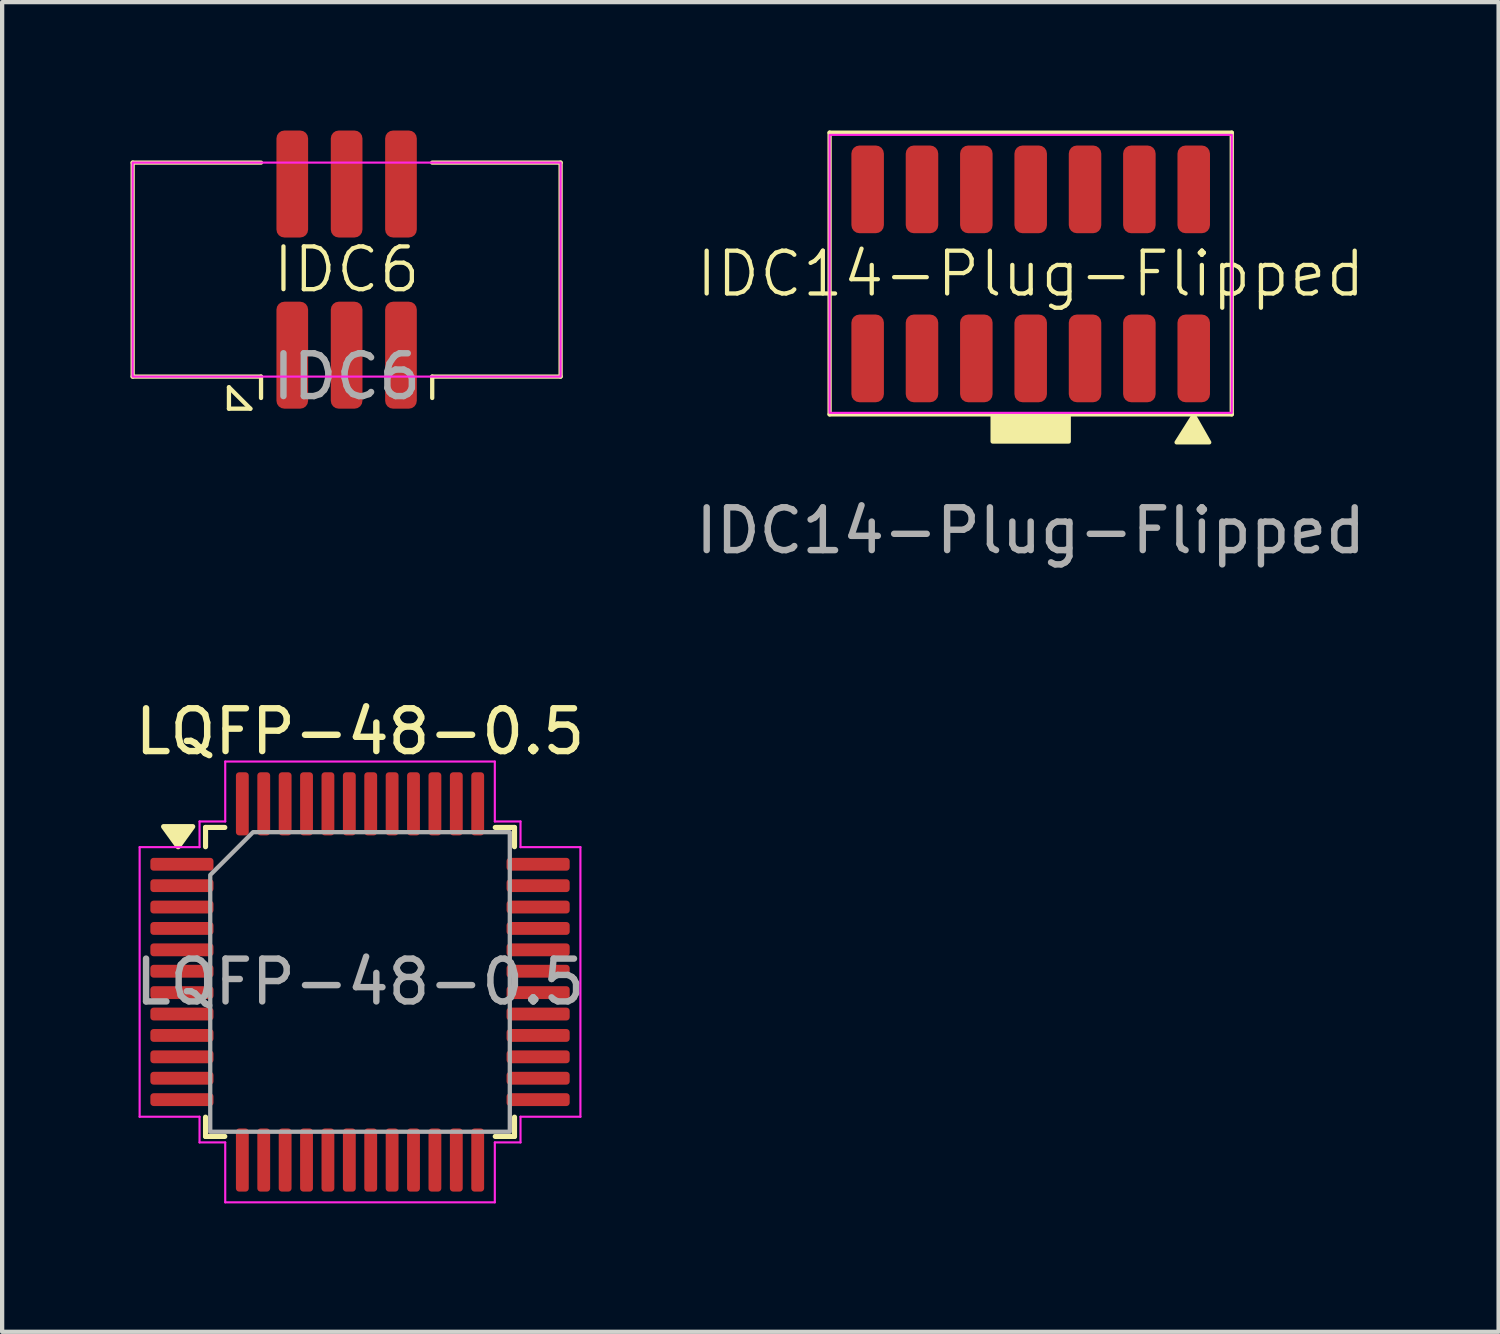
<source format=kicad_pcb>
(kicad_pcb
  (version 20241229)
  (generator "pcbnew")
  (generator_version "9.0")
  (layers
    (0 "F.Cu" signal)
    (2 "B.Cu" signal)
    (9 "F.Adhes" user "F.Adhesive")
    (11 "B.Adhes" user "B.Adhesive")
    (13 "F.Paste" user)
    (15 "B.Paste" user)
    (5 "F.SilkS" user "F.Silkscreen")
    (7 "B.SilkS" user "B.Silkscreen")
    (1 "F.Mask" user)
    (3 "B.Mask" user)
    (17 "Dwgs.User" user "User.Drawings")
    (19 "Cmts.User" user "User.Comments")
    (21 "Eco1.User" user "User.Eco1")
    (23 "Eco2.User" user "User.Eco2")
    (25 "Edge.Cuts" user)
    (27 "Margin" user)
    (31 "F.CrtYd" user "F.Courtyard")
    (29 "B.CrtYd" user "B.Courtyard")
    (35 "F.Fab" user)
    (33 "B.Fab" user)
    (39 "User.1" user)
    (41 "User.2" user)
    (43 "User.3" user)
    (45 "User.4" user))
  (footprint "IDC6"
    (layer "F.Cu")
    (at 5.05 3.25)
    (property "Reference" "IDC6" (at 0 0 0) (unlocked yes) (layer "F.SilkS") (effects (font (size 1 1) (thickness 0.1))))
    (attr smd)
    (fp_line (start -5 -2.5) (end -5 2.5) (stroke (width 0.1) (type default)) (layer "F.SilkS"))
    (fp_line (start -5 -2.5) (end -2 -2.5) (stroke (width 0.1) (type default)) (layer "F.SilkS"))
    (fp_line (start -5 2.5) (end -2 2.5) (stroke (width 0.1) (type default)) (layer "F.SilkS"))
    (fp_line (start -2.75 2.75) (end -2.25 3.25) (stroke (width 0.1) (type default)) (layer "F.SilkS"))
    (fp_line (start -2.75 3.25) (end -2.75 2.75) (stroke (width 0.1) (type default)) (layer "F.SilkS"))
    (fp_line (start -2.25 3.25) (end -2.75 3.25) (stroke (width 0.1) (type default)) (layer "F.SilkS"))
    (fp_line (start -2 2.5) (end -2 3) (stroke (width 0.1) (type default)) (layer "F.SilkS"))
    (fp_line (start 2 2.5) (end 2 3) (stroke (width 0.1) (type default)) (layer "F.SilkS"))
    (fp_line (start 5 -2.5) (end 2 -2.5) (stroke (width 0.1) (type default)) (layer "F.SilkS"))
    (fp_line (start 5 -2.5) (end 5 2.5) (stroke (width 0.1) (type default)) (layer "F.SilkS"))
    (fp_line (start 5 2.5) (end 2 2.5) (stroke (width 0.1) (type default)) (layer "F.SilkS"))
    (fp_rect (start -5 -2.5) (end 5 2.5) (stroke (width 0.05) (type default)) (fill no) (layer "F.CrtYd"))
    (fp_text user "${REFERENCE}" (at 0 2.5 0) (unlocked yes) (layer "F.Fab") (effects (font (size 1 1) (thickness 0.15))))
    (pad "1" smd roundrect (at -1.27 2) (size 0.74 2.5) (layers "F.Cu" "F.Mask" "F.Paste") (roundrect_rratio 0.25))
    (pad "2" smd roundrect (at -1.27 -2) (size 0.74 2.5) (layers "F.Cu" "F.Mask" "F.Paste") (roundrect_rratio 0.25))
    (pad "3" smd roundrect (at 0 2) (size 0.74 2.5) (layers "F.Cu" "F.Mask" "F.Paste") (roundrect_rratio 0.25))
    (pad "4" smd roundrect (at 0 -2) (size 0.74 2.5) (layers "F.Cu" "F.Mask" "F.Paste") (roundrect_rratio 0.25))
    (pad "5" smd roundrect (at 1.27 2) (size 0.74 2.5) (layers "F.Cu" "F.Mask" "F.Paste") (roundrect_rratio 0.25))
    (pad "6" smd roundrect (at 1.27 -2) (size 0.74 2.5) (layers "F.Cu" "F.Mask" "F.Paste") (roundrect_rratio 0.25)))
  (footprint "LQFP-48-0.5"
    (layer "F.Cu")
    (at 5.363 19.896)
    (property "Reference" "LQFP-48-0.5" (at 0 -5.85 0) (layer "F.SilkS") (effects (font (size 1 1) (thickness 0.15))))
    (attr smd)
    (fp_line (start -3.61 -3.61) (end -3.16 -3.61) (stroke (width 0.12) (type solid)) (layer "F.SilkS"))
    (fp_line (start -3.61 -3.16) (end -3.61 -3.61) (stroke (width 0.12) (type solid)) (layer "F.SilkS"))
    (fp_line (start -3.61 3.61) (end -3.61 3.16) (stroke (width 0.12) (type solid)) (layer "F.SilkS"))
    (fp_line (start -3.16 3.61) (end -3.61 3.61) (stroke (width 0.12) (type solid)) (layer "F.SilkS"))
    (fp_line (start 3.16 -3.61) (end 3.61 -3.61) (stroke (width 0.12) (type solid)) (layer "F.SilkS"))
    (fp_line (start 3.61 -3.61) (end 3.61 -3.16) (stroke (width 0.12) (type solid)) (layer "F.SilkS"))
    (fp_line (start 3.61 3.16) (end 3.61 3.61) (stroke (width 0.12) (type solid)) (layer "F.SilkS"))
    (fp_line (start 3.61 3.61) (end 3.16 3.61) (stroke (width 0.12) (type solid)) (layer "F.SilkS"))
    (fp_poly (pts (xy -4.25 -3.16) (xy -4.59 -3.63) (xy -3.91 -3.63)) (stroke (width 0.12) (type solid)) (fill yes) (layer "F.SilkS"))
    (fp_rect (start -4.825 -2.675) (end -3.95 -2.825) (stroke (width 0.15) (type solid)) (fill yes) (layer "F.Paste"))
    (fp_rect (start -4.825 -2.175) (end -3.95 -2.325) (stroke (width 0.15) (type solid)) (fill yes) (layer "F.Paste"))
    (fp_rect (start -4.825 -1.675) (end -3.95 -1.825) (stroke (width 0.15) (type solid)) (fill yes) (layer "F.Paste"))
    (fp_rect (start -4.825 -1.175) (end -3.95 -1.325) (stroke (width 0.15) (type solid)) (fill yes) (layer "F.Paste"))
    (fp_rect (start -4.825 -0.675) (end -3.95 -0.825) (stroke (width 0.15) (type solid)) (fill yes) (layer "F.Paste"))
    (fp_rect (start -4.825 -0.175) (end -3.95 -0.325) (stroke (width 0.15) (type solid)) (fill yes) (layer "F.Paste"))
    (fp_rect (start -4.825 0.325) (end -3.95 0.175) (stroke (width 0.15) (type solid)) (fill yes) (layer "F.Paste"))
    (fp_rect (start -4.825 0.825) (end -3.95 0.675) (stroke (width 0.15) (type solid)) (fill yes) (layer "F.Paste"))
    (fp_rect (start -4.825 1.325) (end -3.95 1.175) (stroke (width 0.15) (type solid)) (fill yes) (layer "F.Paste"))
    (fp_rect (start -4.825 1.825) (end -3.95 1.675) (stroke (width 0.15) (type solid)) (fill yes) (layer "F.Paste"))
    (fp_rect (start -4.825 2.325) (end -3.95 2.175) (stroke (width 0.15) (type solid)) (fill yes) (layer "F.Paste"))
    (fp_rect (start -4.825 2.825) (end -3.95 2.675) (stroke (width 0.15) (type solid)) (fill yes) (layer "F.Paste"))
    (fp_rect (start -2.825 -4.825) (end -2.675 -3.95) (stroke (width 0.15) (type solid)) (fill yes) (layer "F.Paste"))
    (fp_rect (start -2.675 4.825) (end -2.825 3.95) (stroke (width 0.15) (type solid)) (fill yes) (layer "F.Paste"))
    (fp_rect (start -2.325 -4.825) (end -2.175 -3.95) (stroke (width 0.15) (type solid)) (fill yes) (layer "F.Paste"))
    (fp_rect (start -2.175 4.825) (end -2.325 3.95) (stroke (width 0.15) (type solid)) (fill yes) (layer "F.Paste"))
    (fp_rect (start -1.825 -4.825) (end -1.675 -3.95) (stroke (width 0.15) (type solid)) (fill yes) (layer "F.Paste"))
    (fp_rect (start -1.675 4.825) (end -1.825 3.95) (stroke (width 0.15) (type solid)) (fill yes) (layer "F.Paste"))
    (fp_rect (start -1.325 -4.825) (end -1.175 -3.95) (stroke (width 0.15) (type solid)) (fill yes) (layer "F.Paste"))
    (fp_rect (start -1.175 4.825) (end -1.325 3.95) (stroke (width 0.15) (type solid)) (fill yes) (layer "F.Paste"))
    (fp_rect (start -0.825 -4.825) (end -0.675 -3.95) (stroke (width 0.15) (type solid)) (fill yes) (layer "F.Paste"))
    (fp_rect (start -0.675 4.825) (end -0.825 3.95) (stroke (width 0.15) (type solid)) (fill yes) (layer "F.Paste"))
    (fp_rect (start -0.325 -4.825) (end -0.175 -3.95) (stroke (width 0.15) (type solid)) (fill yes) (layer "F.Paste"))
    (fp_rect (start -0.175 4.825) (end -0.325 3.95) (stroke (width 0.15) (type solid)) (fill yes) (layer "F.Paste"))
    (fp_rect (start 0.175 -4.825) (end 0.325 -3.95) (stroke (width 0.15) (type solid)) (fill yes) (layer "F.Paste"))
    (fp_rect (start 0.325 4.825) (end 0.175 3.95) (stroke (width 0.15) (type solid)) (fill yes) (layer "F.Paste"))
    (fp_rect (start 0.675 -4.825) (end 0.825 -3.95) (stroke (width 0.15) (type solid)) (fill yes) (layer "F.Paste"))
    (fp_rect (start 0.825 4.825) (end 0.675 3.95) (stroke (width 0.15) (type solid)) (fill yes) (layer "F.Paste"))
    (fp_rect (start 1.175 -4.825) (end 1.325 -3.95) (stroke (width 0.15) (type solid)) (fill yes) (layer "F.Paste"))
    (fp_rect (start 1.325 4.825) (end 1.175 3.95) (stroke (width 0.15) (type solid)) (fill yes) (layer "F.Paste"))
    (fp_rect (start 1.675 -4.825) (end 1.825 -3.95) (stroke (width 0.15) (type solid)) (fill yes) (layer "F.Paste"))
    (fp_rect (start 1.825 4.825) (end 1.675 3.95) (stroke (width 0.15) (type solid)) (fill yes) (layer "F.Paste"))
    (fp_rect (start 2.175 -4.825) (end 2.325 -3.95) (stroke (width 0.15) (type solid)) (fill yes) (layer "F.Paste"))
    (fp_rect (start 2.325 4.825) (end 2.175 3.95) (stroke (width 0.15) (type solid)) (fill yes) (layer "F.Paste"))
    (fp_rect (start 2.675 -4.825) (end 2.825 -3.95) (stroke (width 0.15) (type solid)) (fill yes) (layer "F.Paste"))
    (fp_rect (start 2.825 4.825) (end 2.675 3.95) (stroke (width 0.15) (type solid)) (fill yes) (layer "F.Paste"))
    (fp_rect (start 4.825 -2.825) (end 3.95 -2.675) (stroke (width 0.15) (type solid)) (fill yes) (layer "F.Paste"))
    (fp_rect (start 4.825 -2.325) (end 3.95 -2.175) (stroke (width 0.15) (type solid)) (fill yes) (layer "F.Paste"))
    (fp_rect (start 4.825 -1.825) (end 3.95 -1.675) (stroke (width 0.15) (type solid)) (fill yes) (layer "F.Paste"))
    (fp_rect (start 4.825 -1.325) (end 3.95 -1.175) (stroke (width 0.15) (type solid)) (fill yes) (layer "F.Paste"))
    (fp_rect (start 4.825 -0.825) (end 3.95 -0.675) (stroke (width 0.15) (type solid)) (fill yes) (layer "F.Paste"))
    (fp_rect (start 4.825 -0.325) (end 3.95 -0.175) (stroke (width 0.15) (type solid)) (fill yes) (layer "F.Paste"))
    (fp_rect (start 4.825 0.175) (end 3.95 0.325) (stroke (width 0.15) (type solid)) (fill yes) (layer "F.Paste"))
    (fp_rect (start 4.825 0.675) (end 3.95 0.825) (stroke (width 0.15) (type solid)) (fill yes) (layer "F.Paste"))
    (fp_rect (start 4.825 1.175) (end 3.95 1.325) (stroke (width 0.15) (type solid)) (fill yes) (layer "F.Paste"))
    (fp_rect (start 4.825 1.675) (end 3.95 1.825) (stroke (width 0.15) (type solid)) (fill yes) (layer "F.Paste"))
    (fp_rect (start 4.825 2.175) (end 3.95 2.325) (stroke (width 0.15) (type solid)) (fill yes) (layer "F.Paste"))
    (fp_rect (start 4.825 2.675) (end 3.95 2.825) (stroke (width 0.15) (type solid)) (fill yes) (layer "F.Paste"))
    (fp_line (start -5.15 -3.15) (end -3.75 -3.15) (stroke (width 0.05) (type solid)) (layer "F.CrtYd"))
    (fp_line (start -5.15 3.15) (end -5.15 -3.15) (stroke (width 0.05) (type solid)) (layer "F.CrtYd"))
    (fp_line (start -3.75 -3.75) (end -3.15 -3.75) (stroke (width 0.05) (type solid)) (layer "F.CrtYd"))
    (fp_line (start -3.75 -3.15) (end -3.75 -3.75) (stroke (width 0.05) (type solid)) (layer "F.CrtYd"))
    (fp_line (start -3.75 3.15) (end -5.15 3.15) (stroke (width 0.05) (type solid)) (layer "F.CrtYd"))
    (fp_line (start -3.75 3.75) (end -3.75 3.15) (stroke (width 0.05) (type solid)) (layer "F.CrtYd"))
    (fp_line (start -3.15 -5.15) (end 3.15 -5.15) (stroke (width 0.05) (type solid)) (layer "F.CrtYd"))
    (fp_line (start -3.15 -3.75) (end -3.15 -5.15) (stroke (width 0.05) (type solid)) (layer "F.CrtYd"))
    (fp_line (start -3.15 3.75) (end -3.75 3.75) (stroke (width 0.05) (type solid)) (layer "F.CrtYd"))
    (fp_line (start -3.15 5.15) (end -3.15 3.75) (stroke (width 0.05) (type solid)) (layer "F.CrtYd"))
    (fp_line (start 3.15 -5.15) (end 3.15 -3.75) (stroke (width 0.05) (type solid)) (layer "F.CrtYd"))
    (fp_line (start 3.15 -3.75) (end 3.75 -3.75) (stroke (width 0.05) (type solid)) (layer "F.CrtYd"))
    (fp_line (start 3.15 3.75) (end 3.15 5.15) (stroke (width 0.05) (type solid)) (layer "F.CrtYd"))
    (fp_line (start 3.15 5.15) (end -3.15 5.15) (stroke (width 0.05) (type solid)) (layer "F.CrtYd"))
    (fp_line (start 3.75 -3.75) (end 3.75 -3.15) (stroke (width 0.05) (type solid)) (layer "F.CrtYd"))
    (fp_line (start 3.75 -3.15) (end 5.15 -3.15) (stroke (width 0.05) (type solid)) (layer "F.CrtYd"))
    (fp_line (start 3.75 3.15) (end 3.75 3.75) (stroke (width 0.05) (type solid)) (layer "F.CrtYd"))
    (fp_line (start 3.75 3.75) (end 3.15 3.75) (stroke (width 0.05) (type solid)) (layer "F.CrtYd"))
    (fp_line (start 5.15 -3.15) (end 5.15 3.15) (stroke (width 0.05) (type solid)) (layer "F.CrtYd"))
    (fp_line (start 5.15 3.15) (end 3.75 3.15) (stroke (width 0.05) (type solid)) (layer "F.CrtYd"))
    (fp_poly (pts (xy -3.5 -2.5) (xy -3.5 3.5) (xy 3.5 3.5) (xy 3.5 -3.5) (xy -2.5 -3.5)) (stroke (width 0.1) (type solid)) (fill no) (layer "F.Fab"))
    (fp_text user "${REFERENCE}" (at 0 0 0) (layer "F.Fab") (effects (font (size 1 1) (thickness 0.15))))
    (pad "1" smd roundrect (at -4.162 -2.75) (size 1.475 0.3) (layers "F.Cu" "F.Mask") (roundrect_rratio 0.25))
    (pad "2" smd roundrect (at -4.162 -2.25) (size 1.475 0.3) (layers "F.Cu" "F.Mask") (roundrect_rratio 0.25))
    (pad "3" smd roundrect (at -4.162 -1.75) (size 1.475 0.3) (layers "F.Cu" "F.Mask") (roundrect_rratio 0.25))
    (pad "4" smd roundrect (at -4.162 -1.25) (size 1.475 0.3) (layers "F.Cu" "F.Mask") (roundrect_rratio 0.25))
    (pad "5" smd roundrect (at -4.162 -0.75) (size 1.475 0.3) (layers "F.Cu" "F.Mask") (roundrect_rratio 0.25))
    (pad "6" smd roundrect (at -4.162 -0.25) (size 1.475 0.3) (layers "F.Cu" "F.Mask") (roundrect_rratio 0.25))
    (pad "7" smd roundrect (at -4.162 0.25) (size 1.475 0.3) (layers "F.Cu" "F.Mask") (roundrect_rratio 0.25))
    (pad "8" smd roundrect (at -4.162 0.75) (size 1.475 0.3) (layers "F.Cu" "F.Mask") (roundrect_rratio 0.25))
    (pad "9" smd roundrect (at -4.162 1.25) (size 1.475 0.3) (layers "F.Cu" "F.Mask") (roundrect_rratio 0.25))
    (pad "10" smd roundrect (at -4.162 1.75) (size 1.475 0.3) (layers "F.Cu" "F.Mask") (roundrect_rratio 0.25))
    (pad "11" smd roundrect (at -4.162 2.25) (size 1.475 0.3) (layers "F.Cu" "F.Mask") (roundrect_rratio 0.25))
    (pad "12" smd roundrect (at -4.162 2.75) (size 1.475 0.3) (layers "F.Cu" "F.Mask") (roundrect_rratio 0.25))
    (pad "13" smd roundrect (at -2.75 4.162) (size 0.3 1.475) (layers "F.Cu" "F.Mask") (roundrect_rratio 0.25))
    (pad "14" smd roundrect (at -2.25 4.162) (size 0.3 1.475) (layers "F.Cu" "F.Mask") (roundrect_rratio 0.25))
    (pad "15" smd roundrect (at -1.75 4.162) (size 0.3 1.475) (layers "F.Cu" "F.Mask") (roundrect_rratio 0.25))
    (pad "16" smd roundrect (at -1.25 4.162) (size 0.3 1.475) (layers "F.Cu" "F.Mask") (roundrect_rratio 0.25))
    (pad "17" smd roundrect (at -0.75 4.162) (size 0.3 1.475) (layers "F.Cu" "F.Mask") (roundrect_rratio 0.25))
    (pad "18" smd roundrect (at -0.25 4.162) (size 0.3 1.475) (layers "F.Cu" "F.Mask") (roundrect_rratio 0.25))
    (pad "19" smd roundrect (at 0.25 4.162) (size 0.3 1.475) (layers "F.Cu" "F.Mask") (roundrect_rratio 0.25))
    (pad "20" smd roundrect (at 0.75 4.162) (size 0.3 1.475) (layers "F.Cu" "F.Mask") (roundrect_rratio 0.25))
    (pad "21" smd roundrect (at 1.25 4.162) (size 0.3 1.475) (layers "F.Cu" "F.Mask") (roundrect_rratio 0.25))
    (pad "22" smd roundrect (at 1.75 4.162) (size 0.3 1.475) (layers "F.Cu" "F.Mask") (roundrect_rratio 0.25))
    (pad "23" smd roundrect (at 2.25 4.162) (size 0.3 1.475) (layers "F.Cu" "F.Mask") (roundrect_rratio 0.25))
    (pad "24" smd roundrect (at 2.75 4.162) (size 0.3 1.475) (layers "F.Cu" "F.Mask") (roundrect_rratio 0.25))
    (pad "25" smd roundrect (at 4.162 2.75) (size 1.475 0.3) (layers "F.Cu" "F.Mask") (roundrect_rratio 0.25))
    (pad "26" smd roundrect (at 4.162 2.25) (size 1.475 0.3) (layers "F.Cu" "F.Mask") (roundrect_rratio 0.25))
    (pad "27" smd roundrect (at 4.162 1.75) (size 1.475 0.3) (layers "F.Cu" "F.Mask") (roundrect_rratio 0.25))
    (pad "28" smd roundrect (at 4.162 1.25) (size 1.475 0.3) (layers "F.Cu" "F.Mask") (roundrect_rratio 0.25))
    (pad "29" smd roundrect (at 4.162 0.75) (size 1.475 0.3) (layers "F.Cu" "F.Mask") (roundrect_rratio 0.25))
    (pad "30" smd roundrect (at 4.162 0.25) (size 1.475 0.3) (layers "F.Cu" "F.Mask") (roundrect_rratio 0.25))
    (pad "31" smd roundrect (at 4.162 -0.25) (size 1.475 0.3) (layers "F.Cu" "F.Mask") (roundrect_rratio 0.25))
    (pad "32" smd roundrect (at 4.162 -0.75) (size 1.475 0.3) (layers "F.Cu" "F.Mask") (roundrect_rratio 0.25))
    (pad "33" smd roundrect (at 4.162 -1.25) (size 1.475 0.3) (layers "F.Cu" "F.Mask") (roundrect_rratio 0.25))
    (pad "34" smd roundrect (at 4.162 -1.75) (size 1.475 0.3) (layers "F.Cu" "F.Mask") (roundrect_rratio 0.25))
    (pad "35" smd roundrect (at 4.162 -2.25) (size 1.475 0.3) (layers "F.Cu" "F.Mask") (roundrect_rratio 0.25))
    (pad "36" smd roundrect (at 4.162 -2.75) (size 1.475 0.3) (layers "F.Cu" "F.Mask") (roundrect_rratio 0.25))
    (pad "37" smd roundrect (at 2.75 -4.162) (size 0.3 1.475) (layers "F.Cu" "F.Mask") (roundrect_rratio 0.25))
    (pad "38" smd roundrect (at 2.25 -4.162) (size 0.3 1.475) (layers "F.Cu" "F.Mask") (roundrect_rratio 0.25))
    (pad "39" smd roundrect (at 1.75 -4.162) (size 0.3 1.475) (layers "F.Cu" "F.Mask") (roundrect_rratio 0.25))
    (pad "40" smd roundrect (at 1.25 -4.162) (size 0.3 1.475) (layers "F.Cu" "F.Mask") (roundrect_rratio 0.25))
    (pad "41" smd roundrect (at 0.75 -4.162) (size 0.3 1.475) (layers "F.Cu" "F.Mask") (roundrect_rratio 0.25))
    (pad "42" smd roundrect (at 0.25 -4.162) (size 0.3 1.475) (layers "F.Cu" "F.Mask") (roundrect_rratio 0.25))
    (pad "43" smd roundrect (at -0.25 -4.162) (size 0.3 1.475) (layers "F.Cu" "F.Mask") (roundrect_rratio 0.25))
    (pad "44" smd roundrect (at -0.75 -4.162) (size 0.3 1.475) (layers "F.Cu" "F.Mask") (roundrect_rratio 0.25))
    (pad "45" smd roundrect (at -1.25 -4.162) (size 0.3 1.475) (layers "F.Cu" "F.Mask") (roundrect_rratio 0.25))
    (pad "46" smd roundrect (at -1.75 -4.162) (size 0.3 1.475) (layers "F.Cu" "F.Mask") (roundrect_rratio 0.25))
    (pad "47" smd roundrect (at -2.25 -4.162) (size 0.3 1.475) (layers "F.Cu" "F.Mask") (roundrect_rratio 0.25))
    (pad "48" smd roundrect (at -2.75 -4.162) (size 0.3 1.475) (layers "F.Cu" "F.Mask") (roundrect_rratio 0.25)))
  (footprint "IDC14-Plug-Flipped"
    (layer "F.Cu")
    (at 21.035 3.35)
    (property "Reference" "IDC14-Plug-Flipped" (at 0 0 0) (unlocked yes) (layer "F.SilkS") (effects (font (size 1 1) (thickness 0.1))))
    (attr smd)
    (fp_line (start -4.699 -3.3) (end 4.699 -3.3) (stroke (width 0.1) (type default)) (layer "F.SilkS"))
    (fp_line (start -4.699 3.283) (end -4.699 -3.3) (stroke (width 0.1) (type default)) (layer "F.SilkS"))
    (fp_line (start -0.889 3.283) (end -4.699 3.283) (stroke (width 0.1) (type default)) (layer "F.SilkS"))
    (fp_line (start 4.699 -3.3) (end 4.699 3.283) (stroke (width 0.1) (type default)) (layer "F.SilkS"))
    (fp_line (start 4.699 3.283) (end 0.889 3.283) (stroke (width 0.1) (type default)) (layer "F.SilkS"))
    (fp_rect (start 0.889 3.283) (end -0.889 3.917) (stroke (width 0.1) (type solid)) (fill yes) (layer "F.SilkS"))
    (fp_poly (pts (xy 4.172 3.937) (xy 3.81 3.302) (xy 3.41 3.937)) (stroke (width 0.1) (type solid)) (fill yes) (layer "F.SilkS"))
    (fp_rect (start 4.699 -3.248) (end -4.699 3.248) (stroke (width 0.05) (type default)) (fill no) (layer "F.CrtYd"))
    (fp_text user "${REFERENCE}" (at 0 6 0) (unlocked yes) (layer "F.Fab") (effects (font (size 1 1) (thickness 0.15))))
    (pad "1" smd roundrect (at 3.81 1.975) (size 0.76 2.05) (layers "F.Cu" "F.Mask" "F.Paste") (roundrect_rratio 0.25))
    (pad "2" smd roundrect (at 3.81 -1.975) (size 0.76 2.05) (layers "F.Cu" "F.Mask" "F.Paste") (roundrect_rratio 0.25))
    (pad "3" smd roundrect (at 2.54 1.975) (size 0.76 2.05) (layers "F.Cu" "F.Mask" "F.Paste") (roundrect_rratio 0.25))
    (pad "4" smd roundrect (at 2.54 -1.975) (size 0.76 2.05) (layers "F.Cu" "F.Mask" "F.Paste") (roundrect_rratio 0.25))
    (pad "5" smd roundrect (at 1.27 1.975) (size 0.76 2.05) (layers "F.Cu" "F.Mask" "F.Paste") (roundrect_rratio 0.25))
    (pad "6" smd roundrect (at 1.27 -1.975) (size 0.76 2.05) (layers "F.Cu" "F.Mask" "F.Paste") (roundrect_rratio 0.25))
    (pad "7" smd roundrect (at 0 1.975) (size 0.76 2.05) (layers "F.Cu" "F.Mask" "F.Paste") (roundrect_rratio 0.25))
    (pad "8" smd roundrect (at 0 -1.975) (size 0.76 2.05) (layers "F.Cu" "F.Mask" "F.Paste") (roundrect_rratio 0.25))
    (pad "9" smd roundrect (at -1.27 1.975) (size 0.76 2.05) (layers "F.Cu" "F.Mask" "F.Paste") (roundrect_rratio 0.25))
    (pad "10" smd roundrect (at -1.27 -1.975) (size 0.76 2.05) (layers "F.Cu" "F.Mask" "F.Paste") (roundrect_rratio 0.25))
    (pad "11" smd roundrect (at -2.54 1.975) (size 0.76 2.05) (layers "F.Cu" "F.Mask" "F.Paste") (roundrect_rratio 0.25))
    (pad "12" smd roundrect (at -2.54 -1.975) (size 0.76 2.05) (layers "F.Cu" "F.Mask" "F.Paste") (roundrect_rratio 0.25))
    (pad "13" smd roundrect (at -3.81 1.975) (size 0.76 2.05) (layers "F.Cu" "F.Mask" "F.Paste") (roundrect_rratio 0.25))
    (pad "14" smd roundrect (at -3.81 -1.975) (size 0.76 2.05) (layers "F.Cu" "F.Mask" "F.Paste") (roundrect_rratio 0.25)))
  (gr_rect
    (start -3 -3)
    (end 31.969 28.072)
    (stroke (width 0.1) (type default))
    (fill no)
    (layer "Edge.Cuts")))
</source>
